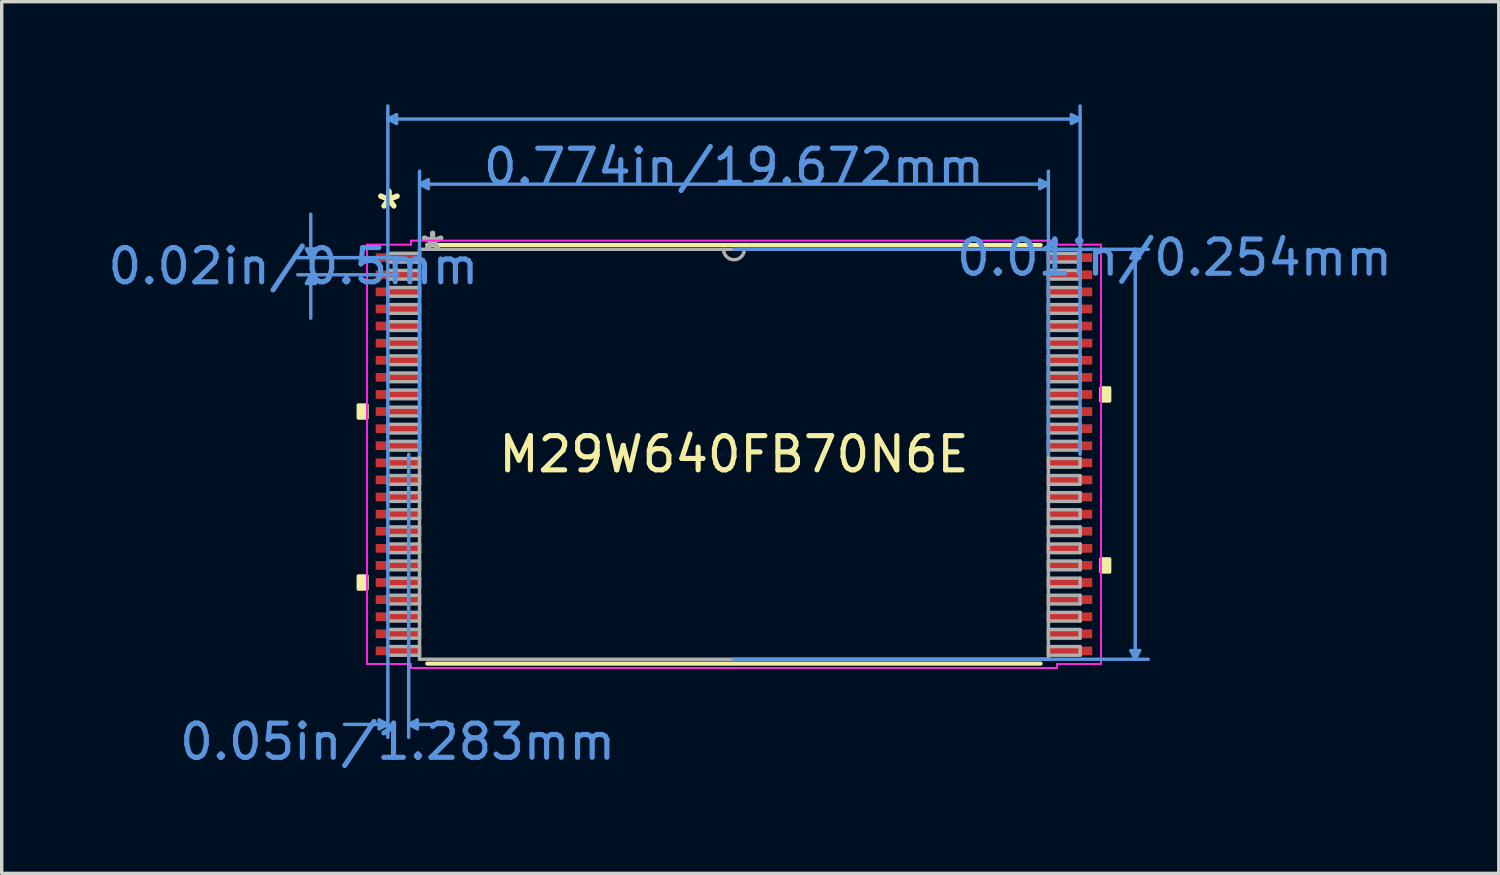
<source format=kicad_pcb>
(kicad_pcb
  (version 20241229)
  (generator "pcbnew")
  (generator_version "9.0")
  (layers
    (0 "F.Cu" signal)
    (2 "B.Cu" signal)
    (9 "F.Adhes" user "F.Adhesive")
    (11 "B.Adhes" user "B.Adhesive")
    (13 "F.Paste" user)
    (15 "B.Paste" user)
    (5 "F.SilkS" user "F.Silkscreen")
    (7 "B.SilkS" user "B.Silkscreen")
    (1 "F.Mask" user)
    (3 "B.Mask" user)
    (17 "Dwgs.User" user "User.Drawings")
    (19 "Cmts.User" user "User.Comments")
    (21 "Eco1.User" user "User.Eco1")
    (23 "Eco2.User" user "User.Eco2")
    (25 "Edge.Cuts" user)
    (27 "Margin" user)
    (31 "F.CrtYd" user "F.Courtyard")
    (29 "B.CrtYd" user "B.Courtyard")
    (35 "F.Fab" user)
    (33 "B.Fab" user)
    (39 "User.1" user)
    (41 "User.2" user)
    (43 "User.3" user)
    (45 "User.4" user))
  (footprint "M29W640FB70N6E"
    (layer "F.Cu")
    (at 18.414 10.235)
    (property "Reference" "M29W640FB70N6E" (at 0 0 0) (layer "F.SilkS") (effects (font (size 1 1) (thickness 0.15))))
    (attr through_hole)
    (fp_line (start -8.969 6.121) (end 8.969 6.121) (stroke (width 0.12) (type solid)) (layer "F.SilkS"))
    (fp_line (start 8.969 -6.121) (end -8.969 -6.121) (stroke (width 0.12) (type solid)) (layer "F.SilkS"))
    (fp_poly (pts (xy -10.986 -1.44) (xy -10.986 -1.06) (xy -10.732 -1.06) (xy -10.732 -1.44)) (stroke (width 0.1) (type solid)) (fill yes) (layer "F.SilkS"))
    (fp_poly (pts (xy -10.986 3.559) (xy -10.986 3.941) (xy -10.732 3.941) (xy -10.732 3.559)) (stroke (width 0.1) (type solid)) (fill yes) (layer "F.SilkS"))
    (fp_poly (pts (xy 10.986 -1.941) (xy 10.986 -1.56) (xy 10.732 -1.56) (xy 10.732 -1.941)) (stroke (width 0.1) (type solid)) (fill yes) (layer "F.SilkS"))
    (fp_poly (pts (xy 10.986 3.06) (xy 10.986 3.441) (xy 10.732 3.441) (xy 10.732 3.06)) (stroke (width 0.1) (type solid)) (fill yes) (layer "F.SilkS"))
    (fp_line (start -12.503 -6.004) (end -12.249 -6.004) (stroke (width 0.1) (type solid)) (layer "Cmts.User"))
    (fp_line (start -12.503 -4.996) (end -12.249 -4.996) (stroke (width 0.1) (type solid)) (layer "Cmts.User"))
    (fp_line (start -12.376 -5.75) (end -12.503 -6.004) (stroke (width 0.1) (type solid)) (layer "Cmts.User"))
    (fp_line (start -12.376 -5.75) (end -12.376 -7.02) (stroke (width 0.1) (type solid)) (layer "Cmts.User"))
    (fp_line (start -12.376 -5.75) (end -12.249 -6.004) (stroke (width 0.1) (type solid)) (layer "Cmts.User"))
    (fp_line (start -12.376 -5.25) (end -12.503 -4.996) (stroke (width 0.1) (type solid)) (layer "Cmts.User"))
    (fp_line (start -12.376 -5.25) (end -12.376 -3.98) (stroke (width 0.1) (type solid)) (layer "Cmts.User"))
    (fp_line (start -12.376 -5.25) (end -12.249 -4.996) (stroke (width 0.1) (type solid)) (layer "Cmts.User"))
    (fp_line (start -10.376 7.772) (end -10.376 8.026) (stroke (width 0.1) (type solid)) (layer "Cmts.User"))
    (fp_line (start -10.122 -9.804) (end -9.868 -9.931) (stroke (width 0.1) (type solid)) (layer "Cmts.User"))
    (fp_line (start -10.122 -9.804) (end -9.868 -9.677) (stroke (width 0.1) (type solid)) (layer "Cmts.User"))
    (fp_line (start -10.122 -9.804) (end 10.122 -9.804) (stroke (width 0.1) (type solid)) (layer "Cmts.User"))
    (fp_line (start -10.122 0) (end -10.122 -10.185) (stroke (width 0.1) (type solid)) (layer "Cmts.User"))
    (fp_line (start -10.122 0) (end -10.122 8.28) (stroke (width 0.1) (type solid)) (layer "Cmts.User"))
    (fp_line (start -10.122 7.899) (end -11.392 7.899) (stroke (width 0.1) (type solid)) (layer "Cmts.User"))
    (fp_line (start -10.122 7.899) (end -10.376 7.772) (stroke (width 0.1) (type solid)) (layer "Cmts.User"))
    (fp_line (start -10.122 7.899) (end -10.376 8.026) (stroke (width 0.1) (type solid)) (layer "Cmts.User"))
    (fp_line (start -9.868 -9.931) (end -9.868 -9.677) (stroke (width 0.1) (type solid)) (layer "Cmts.User"))
    (fp_line (start -9.836 -5.75) (end -12.757 -5.75) (stroke (width 0.1) (type solid)) (layer "Cmts.User"))
    (fp_line (start -9.836 -5.25) (end -12.757 -5.25) (stroke (width 0.1) (type solid)) (layer "Cmts.User"))
    (fp_line (start -9.512 0) (end -9.512 8.28) (stroke (width 0.1) (type solid)) (layer "Cmts.User"))
    (fp_line (start -9.512 7.899) (end -9.258 7.772) (stroke (width 0.1) (type solid)) (layer "Cmts.User"))
    (fp_line (start -9.512 7.899) (end -9.258 8.026) (stroke (width 0.1) (type solid)) (layer "Cmts.User"))
    (fp_line (start -9.512 7.899) (end -8.242 7.899) (stroke (width 0.1) (type solid)) (layer "Cmts.User"))
    (fp_line (start -9.258 7.772) (end -9.258 8.026) (stroke (width 0.1) (type solid)) (layer "Cmts.User"))
    (fp_line (start -9.195 -7.899) (end -8.941 -8.026) (stroke (width 0.1) (type solid)) (layer "Cmts.User"))
    (fp_line (start -9.195 -7.899) (end -8.941 -7.772) (stroke (width 0.1) (type solid)) (layer "Cmts.User"))
    (fp_line (start -9.195 -7.899) (end 9.195 -7.899) (stroke (width 0.1) (type solid)) (layer "Cmts.User"))
    (fp_line (start -9.195 0) (end -9.195 -8.28) (stroke (width 0.1) (type solid)) (layer "Cmts.User"))
    (fp_line (start -8.941 -8.026) (end -8.941 -7.772) (stroke (width 0.1) (type solid)) (layer "Cmts.User"))
    (fp_line (start 0 -5.994) (end 12.116 -5.994) (stroke (width 0.1) (type solid)) (layer "Cmts.User"))
    (fp_line (start 0 5.994) (end 12.116 5.994) (stroke (width 0.1) (type solid)) (layer "Cmts.User"))
    (fp_line (start 8.941 -8.026) (end 8.941 -7.772) (stroke (width 0.1) (type solid)) (layer "Cmts.User"))
    (fp_line (start 9.195 -7.899) (end 8.941 -8.026) (stroke (width 0.1) (type solid)) (layer "Cmts.User"))
    (fp_line (start 9.195 -7.899) (end 8.941 -7.772) (stroke (width 0.1) (type solid)) (layer "Cmts.User"))
    (fp_line (start 9.195 0) (end 9.195 -8.28) (stroke (width 0.1) (type solid)) (layer "Cmts.User"))
    (fp_line (start 9.868 -9.931) (end 9.868 -9.677) (stroke (width 0.1) (type solid)) (layer "Cmts.User"))
    (fp_line (start 10.122 -9.804) (end 9.868 -9.931) (stroke (width 0.1) (type solid)) (layer "Cmts.User"))
    (fp_line (start 10.122 -9.804) (end 9.868 -9.677) (stroke (width 0.1) (type solid)) (layer "Cmts.User"))
    (fp_line (start 10.122 0) (end 10.122 -10.185) (stroke (width 0.1) (type solid)) (layer "Cmts.User"))
    (fp_line (start 11.608 -5.74) (end 11.862 -5.74) (stroke (width 0.1) (type solid)) (layer "Cmts.User"))
    (fp_line (start 11.608 5.74) (end 11.862 5.74) (stroke (width 0.1) (type solid)) (layer "Cmts.User"))
    (fp_line (start 11.735 -5.994) (end 11.608 -5.74) (stroke (width 0.1) (type solid)) (layer "Cmts.User"))
    (fp_line (start 11.735 -5.994) (end 11.735 5.994) (stroke (width 0.1) (type solid)) (layer "Cmts.User"))
    (fp_line (start 11.735 -5.994) (end 11.862 -5.74) (stroke (width 0.1) (type solid)) (layer "Cmts.User"))
    (fp_line (start 11.735 5.994) (end 11.608 5.74) (stroke (width 0.1) (type solid)) (layer "Cmts.User"))
    (fp_line (start 11.735 5.994) (end 11.862 5.74) (stroke (width 0.1) (type solid)) (layer "Cmts.User"))
    (fp_line (start -10.732 -6.131) (end -9.449 -6.131) (stroke (width 0.05) (type solid)) (layer "F.CrtYd"))
    (fp_line (start -10.732 -6.131) (end -9.449 -6.131) (stroke (width 0.05) (type solid)) (layer "F.CrtYd"))
    (fp_line (start -10.732 6.131) (end -10.732 -6.131) (stroke (width 0.05) (type solid)) (layer "F.CrtYd"))
    (fp_line (start -10.732 6.131) (end -10.732 -6.131) (stroke (width 0.05) (type solid)) (layer "F.CrtYd"))
    (fp_line (start -10.732 6.131) (end -9.449 6.131) (stroke (width 0.05) (type solid)) (layer "F.CrtYd"))
    (fp_line (start -9.449 -6.248) (end 9.449 -6.248) (stroke (width 0.05) (type solid)) (layer "F.CrtYd"))
    (fp_line (start -9.449 -6.248) (end 9.449 -6.248) (stroke (width 0.05) (type solid)) (layer "F.CrtYd"))
    (fp_line (start -9.449 -6.131) (end -9.449 -6.248) (stroke (width 0.05) (type solid)) (layer "F.CrtYd"))
    (fp_line (start -9.449 -6.131) (end -9.449 -6.248) (stroke (width 0.05) (type solid)) (layer "F.CrtYd"))
    (fp_line (start -9.449 6.131) (end -10.732 6.131) (stroke (width 0.05) (type solid)) (layer "F.CrtYd"))
    (fp_line (start -9.449 6.248) (end -9.449 6.131) (stroke (width 0.05) (type solid)) (layer "F.CrtYd"))
    (fp_line (start -9.449 6.248) (end -9.449 6.131) (stroke (width 0.05) (type solid)) (layer "F.CrtYd"))
    (fp_line (start 9.449 -6.248) (end 9.449 -6.131) (stroke (width 0.05) (type solid)) (layer "F.CrtYd"))
    (fp_line (start 9.449 -6.248) (end 9.449 -6.131) (stroke (width 0.05) (type solid)) (layer "F.CrtYd"))
    (fp_line (start 9.449 -6.131) (end 10.732 -6.131) (stroke (width 0.05) (type solid)) (layer "F.CrtYd"))
    (fp_line (start 9.449 6.131) (end 9.449 6.248) (stroke (width 0.05) (type solid)) (layer "F.CrtYd"))
    (fp_line (start 9.449 6.131) (end 9.449 6.248) (stroke (width 0.05) (type solid)) (layer "F.CrtYd"))
    (fp_line (start 9.449 6.248) (end -9.449 6.248) (stroke (width 0.05) (type solid)) (layer "F.CrtYd"))
    (fp_line (start 9.449 6.248) (end -9.449 6.248) (stroke (width 0.05) (type solid)) (layer "F.CrtYd"))
    (fp_line (start 10.732 -6.131) (end 9.449 -6.131) (stroke (width 0.05) (type solid)) (layer "F.CrtYd"))
    (fp_line (start 10.732 -6.131) (end 10.732 6.131) (stroke (width 0.05) (type solid)) (layer "F.CrtYd"))
    (fp_line (start 10.732 -6.131) (end 10.732 6.131) (stroke (width 0.05) (type solid)) (layer "F.CrtYd"))
    (fp_line (start 10.732 6.131) (end 9.449 6.131) (stroke (width 0.05) (type solid)) (layer "F.CrtYd"))
    (fp_line (start 10.732 6.131) (end 9.449 6.131) (stroke (width 0.05) (type solid)) (layer "F.CrtYd"))
    (fp_line (start -10.122 -5.877) (end -10.122 -5.623) (stroke (width 0.1) (type solid)) (layer "F.Fab"))
    (fp_line (start -10.122 -5.623) (end -9.195 -5.623) (stroke (width 0.1) (type solid)) (layer "F.Fab"))
    (fp_line (start -10.122 -5.377) (end -10.122 -5.123) (stroke (width 0.1) (type solid)) (layer "F.Fab"))
    (fp_line (start -10.122 -5.123) (end -9.195 -5.123) (stroke (width 0.1) (type solid)) (layer "F.Fab"))
    (fp_line (start -10.122 -4.877) (end -10.122 -4.623) (stroke (width 0.1) (type solid)) (layer "F.Fab"))
    (fp_line (start -10.122 -4.623) (end -9.195 -4.623) (stroke (width 0.1) (type solid)) (layer "F.Fab"))
    (fp_line (start -10.122 -4.377) (end -10.122 -4.123) (stroke (width 0.1) (type solid)) (layer "F.Fab"))
    (fp_line (start -10.122 -4.123) (end -9.195 -4.123) (stroke (width 0.1) (type solid)) (layer "F.Fab"))
    (fp_line (start -10.122 -3.877) (end -10.122 -3.623) (stroke (width 0.1) (type solid)) (layer "F.Fab"))
    (fp_line (start -10.122 -3.623) (end -9.195 -3.623) (stroke (width 0.1) (type solid)) (layer "F.Fab"))
    (fp_line (start -10.122 -3.377) (end -10.122 -3.123) (stroke (width 0.1) (type solid)) (layer "F.Fab"))
    (fp_line (start -10.122 -3.123) (end -9.195 -3.123) (stroke (width 0.1) (type solid)) (layer "F.Fab"))
    (fp_line (start -10.122 -2.877) (end -10.122 -2.623) (stroke (width 0.1) (type solid)) (layer "F.Fab"))
    (fp_line (start -10.122 -2.623) (end -9.195 -2.623) (stroke (width 0.1) (type solid)) (layer "F.Fab"))
    (fp_line (start -10.122 -2.377) (end -10.122 -2.123) (stroke (width 0.1) (type solid)) (layer "F.Fab"))
    (fp_line (start -10.122 -2.123) (end -9.195 -2.123) (stroke (width 0.1) (type solid)) (layer "F.Fab"))
    (fp_line (start -10.122 -1.877) (end -10.122 -1.623) (stroke (width 0.1) (type solid)) (layer "F.Fab"))
    (fp_line (start -10.122 -1.623) (end -9.195 -1.623) (stroke (width 0.1) (type solid)) (layer "F.Fab"))
    (fp_line (start -10.122 -1.377) (end -10.122 -1.123) (stroke (width 0.1) (type solid)) (layer "F.Fab"))
    (fp_line (start -10.122 -1.123) (end -9.195 -1.123) (stroke (width 0.1) (type solid)) (layer "F.Fab"))
    (fp_line (start -10.122 -0.877) (end -10.122 -0.623) (stroke (width 0.1) (type solid)) (layer "F.Fab"))
    (fp_line (start -10.122 -0.623) (end -9.195 -0.623) (stroke (width 0.1) (type solid)) (layer "F.Fab"))
    (fp_line (start -10.122 -0.377) (end -10.122 -0.123) (stroke (width 0.1) (type solid)) (layer "F.Fab"))
    (fp_line (start -10.122 -0.123) (end -9.195 -0.123) (stroke (width 0.1) (type solid)) (layer "F.Fab"))
    (fp_line (start -10.122 0.123) (end -10.122 0.377) (stroke (width 0.1) (type solid)) (layer "F.Fab"))
    (fp_line (start -10.122 0.377) (end -9.195 0.377) (stroke (width 0.1) (type solid)) (layer "F.Fab"))
    (fp_line (start -10.122 0.623) (end -10.122 0.877) (stroke (width 0.1) (type solid)) (layer "F.Fab"))
    (fp_line (start -10.122 0.877) (end -9.195 0.877) (stroke (width 0.1) (type solid)) (layer "F.Fab"))
    (fp_line (start -10.122 1.123) (end -10.122 1.377) (stroke (width 0.1) (type solid)) (layer "F.Fab"))
    (fp_line (start -10.122 1.377) (end -9.195 1.377) (stroke (width 0.1) (type solid)) (layer "F.Fab"))
    (fp_line (start -10.122 1.623) (end -10.122 1.877) (stroke (width 0.1) (type solid)) (layer "F.Fab"))
    (fp_line (start -10.122 1.877) (end -9.195 1.877) (stroke (width 0.1) (type solid)) (layer "F.Fab"))
    (fp_line (start -10.122 2.123) (end -10.122 2.377) (stroke (width 0.1) (type solid)) (layer "F.Fab"))
    (fp_line (start -10.122 2.377) (end -9.195 2.377) (stroke (width 0.1) (type solid)) (layer "F.Fab"))
    (fp_line (start -10.122 2.623) (end -10.122 2.877) (stroke (width 0.1) (type solid)) (layer "F.Fab"))
    (fp_line (start -10.122 2.877) (end -9.195 2.877) (stroke (width 0.1) (type solid)) (layer "F.Fab"))
    (fp_line (start -10.122 3.123) (end -10.122 3.377) (stroke (width 0.1) (type solid)) (layer "F.Fab"))
    (fp_line (start -10.122 3.377) (end -9.195 3.377) (stroke (width 0.1) (type solid)) (layer "F.Fab"))
    (fp_line (start -10.122 3.623) (end -10.122 3.877) (stroke (width 0.1) (type solid)) (layer "F.Fab"))
    (fp_line (start -10.122 3.877) (end -9.195 3.877) (stroke (width 0.1) (type solid)) (layer "F.Fab"))
    (fp_line (start -10.122 4.123) (end -10.122 4.377) (stroke (width 0.1) (type solid)) (layer "F.Fab"))
    (fp_line (start -10.122 4.377) (end -9.195 4.377) (stroke (width 0.1) (type solid)) (layer "F.Fab"))
    (fp_line (start -10.122 4.623) (end -10.122 4.877) (stroke (width 0.1) (type solid)) (layer "F.Fab"))
    (fp_line (start -10.122 4.877) (end -9.195 4.877) (stroke (width 0.1) (type solid)) (layer "F.Fab"))
    (fp_line (start -10.122 5.123) (end -10.122 5.377) (stroke (width 0.1) (type solid)) (layer "F.Fab"))
    (fp_line (start -10.122 5.377) (end -9.195 5.377) (stroke (width 0.1) (type solid)) (layer "F.Fab"))
    (fp_line (start -10.122 5.623) (end -10.122 5.877) (stroke (width 0.1) (type solid)) (layer "F.Fab"))
    (fp_line (start -10.122 5.877) (end -9.195 5.877) (stroke (width 0.1) (type solid)) (layer "F.Fab"))
    (fp_line (start -9.195 -5.994) (end -9.195 5.994) (stroke (width 0.1) (type solid)) (layer "F.Fab"))
    (fp_line (start -9.195 -5.877) (end -10.122 -5.877) (stroke (width 0.1) (type solid)) (layer "F.Fab"))
    (fp_line (start -9.195 -5.623) (end -9.195 -5.877) (stroke (width 0.1) (type solid)) (layer "F.Fab"))
    (fp_line (start -9.195 -5.377) (end -10.122 -5.377) (stroke (width 0.1) (type solid)) (layer "F.Fab"))
    (fp_line (start -9.195 -5.123) (end -9.195 -5.377) (stroke (width 0.1) (type solid)) (layer "F.Fab"))
    (fp_line (start -9.195 -4.877) (end -10.122 -4.877) (stroke (width 0.1) (type solid)) (layer "F.Fab"))
    (fp_line (start -9.195 -4.623) (end -9.195 -4.877) (stroke (width 0.1) (type solid)) (layer "F.Fab"))
    (fp_line (start -9.195 -4.377) (end -10.122 -4.377) (stroke (width 0.1) (type solid)) (layer "F.Fab"))
    (fp_line (start -9.195 -4.123) (end -9.195 -4.377) (stroke (width 0.1) (type solid)) (layer "F.Fab"))
    (fp_line (start -9.195 -3.877) (end -10.122 -3.877) (stroke (width 0.1) (type solid)) (layer "F.Fab"))
    (fp_line (start -9.195 -3.623) (end -9.195 -3.877) (stroke (width 0.1) (type solid)) (layer "F.Fab"))
    (fp_line (start -9.195 -3.377) (end -10.122 -3.377) (stroke (width 0.1) (type solid)) (layer "F.Fab"))
    (fp_line (start -9.195 -3.123) (end -9.195 -3.377) (stroke (width 0.1) (type solid)) (layer "F.Fab"))
    (fp_line (start -9.195 -2.877) (end -10.122 -2.877) (stroke (width 0.1) (type solid)) (layer "F.Fab"))
    (fp_line (start -9.195 -2.623) (end -9.195 -2.877) (stroke (width 0.1) (type solid)) (layer "F.Fab"))
    (fp_line (start -9.195 -2.377) (end -10.122 -2.377) (stroke (width 0.1) (type solid)) (layer "F.Fab"))
    (fp_line (start -9.195 -2.123) (end -9.195 -2.377) (stroke (width 0.1) (type solid)) (layer "F.Fab"))
    (fp_line (start -9.195 -1.877) (end -10.122 -1.877) (stroke (width 0.1) (type solid)) (layer "F.Fab"))
    (fp_line (start -9.195 -1.623) (end -9.195 -1.877) (stroke (width 0.1) (type solid)) (layer "F.Fab"))
    (fp_line (start -9.195 -1.377) (end -10.122 -1.377) (stroke (width 0.1) (type solid)) (layer "F.Fab"))
    (fp_line (start -9.195 -1.123) (end -9.195 -1.377) (stroke (width 0.1) (type solid)) (layer "F.Fab"))
    (fp_line (start -9.195 -0.877) (end -10.122 -0.877) (stroke (width 0.1) (type solid)) (layer "F.Fab"))
    (fp_line (start -9.195 -0.623) (end -9.195 -0.877) (stroke (width 0.1) (type solid)) (layer "F.Fab"))
    (fp_line (start -9.195 -0.377) (end -10.122 -0.377) (stroke (width 0.1) (type solid)) (layer "F.Fab"))
    (fp_line (start -9.195 -0.123) (end -9.195 -0.377) (stroke (width 0.1) (type solid)) (layer "F.Fab"))
    (fp_line (start -9.195 0.123) (end -10.122 0.123) (stroke (width 0.1) (type solid)) (layer "F.Fab"))
    (fp_line (start -9.195 0.377) (end -9.195 0.123) (stroke (width 0.1) (type solid)) (layer "F.Fab"))
    (fp_line (start -9.195 0.623) (end -10.122 0.623) (stroke (width 0.1) (type solid)) (layer "F.Fab"))
    (fp_line (start -9.195 0.877) (end -9.195 0.623) (stroke (width 0.1) (type solid)) (layer "F.Fab"))
    (fp_line (start -9.195 1.123) (end -10.122 1.123) (stroke (width 0.1) (type solid)) (layer "F.Fab"))
    (fp_line (start -9.195 1.377) (end -9.195 1.123) (stroke (width 0.1) (type solid)) (layer "F.Fab"))
    (fp_line (start -9.195 1.623) (end -10.122 1.623) (stroke (width 0.1) (type solid)) (layer "F.Fab"))
    (fp_line (start -9.195 1.877) (end -9.195 1.623) (stroke (width 0.1) (type solid)) (layer "F.Fab"))
    (fp_line (start -9.195 2.123) (end -10.122 2.123) (stroke (width 0.1) (type solid)) (layer "F.Fab"))
    (fp_line (start -9.195 2.377) (end -9.195 2.123) (stroke (width 0.1) (type solid)) (layer "F.Fab"))
    (fp_line (start -9.195 2.623) (end -10.122 2.623) (stroke (width 0.1) (type solid)) (layer "F.Fab"))
    (fp_line (start -9.195 2.877) (end -9.195 2.623) (stroke (width 0.1) (type solid)) (layer "F.Fab"))
    (fp_line (start -9.195 3.123) (end -10.122 3.123) (stroke (width 0.1) (type solid)) (layer "F.Fab"))
    (fp_line (start -9.195 3.377) (end -9.195 3.123) (stroke (width 0.1) (type solid)) (layer "F.Fab"))
    (fp_line (start -9.195 3.623) (end -10.122 3.623) (stroke (width 0.1) (type solid)) (layer "F.Fab"))
    (fp_line (start -9.195 3.877) (end -9.195 3.623) (stroke (width 0.1) (type solid)) (layer "F.Fab"))
    (fp_line (start -9.195 4.123) (end -10.122 4.123) (stroke (width 0.1) (type solid)) (layer "F.Fab"))
    (fp_line (start -9.195 4.377) (end -9.195 4.123) (stroke (width 0.1) (type solid)) (layer "F.Fab"))
    (fp_line (start -9.195 4.623) (end -10.122 4.623) (stroke (width 0.1) (type solid)) (layer "F.Fab"))
    (fp_line (start -9.195 4.877) (end -9.195 4.623) (stroke (width 0.1) (type solid)) (layer "F.Fab"))
    (fp_line (start -9.195 5.123) (end -10.122 5.123) (stroke (width 0.1) (type solid)) (layer "F.Fab"))
    (fp_line (start -9.195 5.377) (end -9.195 5.123) (stroke (width 0.1) (type solid)) (layer "F.Fab"))
    (fp_line (start -9.195 5.623) (end -10.122 5.623) (stroke (width 0.1) (type solid)) (layer "F.Fab"))
    (fp_line (start -9.195 5.877) (end -9.195 5.623) (stroke (width 0.1) (type solid)) (layer "F.Fab"))
    (fp_line (start -9.195 5.994) (end 9.195 5.994) (stroke (width 0.1) (type solid)) (layer "F.Fab"))
    (fp_line (start 9.195 -5.994) (end -9.195 -5.994) (stroke (width 0.1) (type solid)) (layer "F.Fab"))
    (fp_line (start 9.195 -5.877) (end 9.195 -5.623) (stroke (width 0.1) (type solid)) (layer "F.Fab"))
    (fp_line (start 9.195 -5.623) (end 10.122 -5.623) (stroke (width 0.1) (type solid)) (layer "F.Fab"))
    (fp_line (start 9.195 -5.377) (end 9.195 -5.123) (stroke (width 0.1) (type solid)) (layer "F.Fab"))
    (fp_line (start 9.195 -5.123) (end 10.122 -5.123) (stroke (width 0.1) (type solid)) (layer "F.Fab"))
    (fp_line (start 9.195 -4.877) (end 9.195 -4.623) (stroke (width 0.1) (type solid)) (layer "F.Fab"))
    (fp_line (start 9.195 -4.623) (end 10.122 -4.623) (stroke (width 0.1) (type solid)) (layer "F.Fab"))
    (fp_line (start 9.195 -4.377) (end 9.195 -4.123) (stroke (width 0.1) (type solid)) (layer "F.Fab"))
    (fp_line (start 9.195 -4.123) (end 10.122 -4.123) (stroke (width 0.1) (type solid)) (layer "F.Fab"))
    (fp_line (start 9.195 -3.877) (end 9.195 -3.623) (stroke (width 0.1) (type solid)) (layer "F.Fab"))
    (fp_line (start 9.195 -3.623) (end 10.122 -3.623) (stroke (width 0.1) (type solid)) (layer "F.Fab"))
    (fp_line (start 9.195 -3.377) (end 9.195 -3.123) (stroke (width 0.1) (type solid)) (layer "F.Fab"))
    (fp_line (start 9.195 -3.123) (end 10.122 -3.123) (stroke (width 0.1) (type solid)) (layer "F.Fab"))
    (fp_line (start 9.195 -2.877) (end 9.195 -2.623) (stroke (width 0.1) (type solid)) (layer "F.Fab"))
    (fp_line (start 9.195 -2.623) (end 10.122 -2.623) (stroke (width 0.1) (type solid)) (layer "F.Fab"))
    (fp_line (start 9.195 -2.377) (end 9.195 -2.123) (stroke (width 0.1) (type solid)) (layer "F.Fab"))
    (fp_line (start 9.195 -2.123) (end 10.122 -2.123) (stroke (width 0.1) (type solid)) (layer "F.Fab"))
    (fp_line (start 9.195 -1.877) (end 9.195 -1.623) (stroke (width 0.1) (type solid)) (layer "F.Fab"))
    (fp_line (start 9.195 -1.623) (end 10.122 -1.623) (stroke (width 0.1) (type solid)) (layer "F.Fab"))
    (fp_line (start 9.195 -1.377) (end 9.195 -1.123) (stroke (width 0.1) (type solid)) (layer "F.Fab"))
    (fp_line (start 9.195 -1.123) (end 10.122 -1.123) (stroke (width 0.1) (type solid)) (layer "F.Fab"))
    (fp_line (start 9.195 -0.877) (end 9.195 -0.623) (stroke (width 0.1) (type solid)) (layer "F.Fab"))
    (fp_line (start 9.195 -0.623) (end 10.122 -0.623) (stroke (width 0.1) (type solid)) (layer "F.Fab"))
    (fp_line (start 9.195 -0.377) (end 9.195 -0.123) (stroke (width 0.1) (type solid)) (layer "F.Fab"))
    (fp_line (start 9.195 -0.123) (end 10.122 -0.123) (stroke (width 0.1) (type solid)) (layer "F.Fab"))
    (fp_line (start 9.195 0.123) (end 9.195 0.377) (stroke (width 0.1) (type solid)) (layer "F.Fab"))
    (fp_line (start 9.195 0.377) (end 10.122 0.377) (stroke (width 0.1) (type solid)) (layer "F.Fab"))
    (fp_line (start 9.195 0.623) (end 9.195 0.877) (stroke (width 0.1) (type solid)) (layer "F.Fab"))
    (fp_line (start 9.195 0.877) (end 10.122 0.877) (stroke (width 0.1) (type solid)) (layer "F.Fab"))
    (fp_line (start 9.195 1.123) (end 9.195 1.377) (stroke (width 0.1) (type solid)) (layer "F.Fab"))
    (fp_line (start 9.195 1.377) (end 10.122 1.377) (stroke (width 0.1) (type solid)) (layer "F.Fab"))
    (fp_line (start 9.195 1.623) (end 9.195 1.877) (stroke (width 0.1) (type solid)) (layer "F.Fab"))
    (fp_line (start 9.195 1.877) (end 10.122 1.877) (stroke (width 0.1) (type solid)) (layer "F.Fab"))
    (fp_line (start 9.195 2.123) (end 9.195 2.377) (stroke (width 0.1) (type solid)) (layer "F.Fab"))
    (fp_line (start 9.195 2.377) (end 10.122 2.377) (stroke (width 0.1) (type solid)) (layer "F.Fab"))
    (fp_line (start 9.195 2.623) (end 9.195 2.877) (stroke (width 0.1) (type solid)) (layer "F.Fab"))
    (fp_line (start 9.195 2.877) (end 10.122 2.877) (stroke (width 0.1) (type solid)) (layer "F.Fab"))
    (fp_line (start 9.195 3.123) (end 9.195 3.377) (stroke (width 0.1) (type solid)) (layer "F.Fab"))
    (fp_line (start 9.195 3.377) (end 10.122 3.377) (stroke (width 0.1) (type solid)) (layer "F.Fab"))
    (fp_line (start 9.195 3.623) (end 9.195 3.877) (stroke (width 0.1) (type solid)) (layer "F.Fab"))
    (fp_line (start 9.195 3.877) (end 10.122 3.877) (stroke (width 0.1) (type solid)) (layer "F.Fab"))
    (fp_line (start 9.195 4.123) (end 9.195 4.377) (stroke (width 0.1) (type solid)) (layer "F.Fab"))
    (fp_line (start 9.195 4.377) (end 10.122 4.377) (stroke (width 0.1) (type solid)) (layer "F.Fab"))
    (fp_line (start 9.195 4.623) (end 9.195 4.877) (stroke (width 0.1) (type solid)) (layer "F.Fab"))
    (fp_line (start 9.195 4.877) (end 10.122 4.877) (stroke (width 0.1) (type solid)) (layer "F.Fab"))
    (fp_line (start 9.195 5.123) (end 9.195 5.377) (stroke (width 0.1) (type solid)) (layer "F.Fab"))
    (fp_line (start 9.195 5.377) (end 10.122 5.377) (stroke (width 0.1) (type solid)) (layer "F.Fab"))
    (fp_line (start 9.195 5.623) (end 9.195 5.877) (stroke (width 0.1) (type solid)) (layer "F.Fab"))
    (fp_line (start 9.195 5.877) (end 10.122 5.877) (stroke (width 0.1) (type solid)) (layer "F.Fab"))
    (fp_line (start 9.195 5.994) (end 9.195 -5.994) (stroke (width 0.1) (type solid)) (layer "F.Fab"))
    (fp_line (start 10.122 -5.877) (end 9.195 -5.877) (stroke (width 0.1) (type solid)) (layer "F.Fab"))
    (fp_line (start 10.122 -5.623) (end 10.122 -5.877) (stroke (width 0.1) (type solid)) (layer "F.Fab"))
    (fp_line (start 10.122 -5.377) (end 9.195 -5.377) (stroke (width 0.1) (type solid)) (layer "F.Fab"))
    (fp_line (start 10.122 -5.123) (end 10.122 -5.377) (stroke (width 0.1) (type solid)) (layer "F.Fab"))
    (fp_line (start 10.122 -4.877) (end 9.195 -4.877) (stroke (width 0.1) (type solid)) (layer "F.Fab"))
    (fp_line (start 10.122 -4.623) (end 10.122 -4.877) (stroke (width 0.1) (type solid)) (layer "F.Fab"))
    (fp_line (start 10.122 -4.377) (end 9.195 -4.377) (stroke (width 0.1) (type solid)) (layer "F.Fab"))
    (fp_line (start 10.122 -4.123) (end 10.122 -4.377) (stroke (width 0.1) (type solid)) (layer "F.Fab"))
    (fp_line (start 10.122 -3.877) (end 9.195 -3.877) (stroke (width 0.1) (type solid)) (layer "F.Fab"))
    (fp_line (start 10.122 -3.623) (end 10.122 -3.877) (stroke (width 0.1) (type solid)) (layer "F.Fab"))
    (fp_line (start 10.122 -3.377) (end 9.195 -3.377) (stroke (width 0.1) (type solid)) (layer "F.Fab"))
    (fp_line (start 10.122 -3.123) (end 10.122 -3.377) (stroke (width 0.1) (type solid)) (layer "F.Fab"))
    (fp_line (start 10.122 -2.877) (end 9.195 -2.877) (stroke (width 0.1) (type solid)) (layer "F.Fab"))
    (fp_line (start 10.122 -2.623) (end 10.122 -2.877) (stroke (width 0.1) (type solid)) (layer "F.Fab"))
    (fp_line (start 10.122 -2.377) (end 9.195 -2.377) (stroke (width 0.1) (type solid)) (layer "F.Fab"))
    (fp_line (start 10.122 -2.123) (end 10.122 -2.377) (stroke (width 0.1) (type solid)) (layer "F.Fab"))
    (fp_line (start 10.122 -1.877) (end 9.195 -1.877) (stroke (width 0.1) (type solid)) (layer "F.Fab"))
    (fp_line (start 10.122 -1.623) (end 10.122 -1.877) (stroke (width 0.1) (type solid)) (layer "F.Fab"))
    (fp_line (start 10.122 -1.377) (end 9.195 -1.377) (stroke (width 0.1) (type solid)) (layer "F.Fab"))
    (fp_line (start 10.122 -1.123) (end 10.122 -1.377) (stroke (width 0.1) (type solid)) (layer "F.Fab"))
    (fp_line (start 10.122 -0.877) (end 9.195 -0.877) (stroke (width 0.1) (type solid)) (layer "F.Fab"))
    (fp_line (start 10.122 -0.623) (end 10.122 -0.877) (stroke (width 0.1) (type solid)) (layer "F.Fab"))
    (fp_line (start 10.122 -0.377) (end 9.195 -0.377) (stroke (width 0.1) (type solid)) (layer "F.Fab"))
    (fp_line (start 10.122 -0.123) (end 10.122 -0.377) (stroke (width 0.1) (type solid)) (layer "F.Fab"))
    (fp_line (start 10.122 0.123) (end 9.195 0.123) (stroke (width 0.1) (type solid)) (layer "F.Fab"))
    (fp_line (start 10.122 0.377) (end 10.122 0.123) (stroke (width 0.1) (type solid)) (layer "F.Fab"))
    (fp_line (start 10.122 0.623) (end 9.195 0.623) (stroke (width 0.1) (type solid)) (layer "F.Fab"))
    (fp_line (start 10.122 0.877) (end 10.122 0.623) (stroke (width 0.1) (type solid)) (layer "F.Fab"))
    (fp_line (start 10.122 1.123) (end 9.195 1.123) (stroke (width 0.1) (type solid)) (layer "F.Fab"))
    (fp_line (start 10.122 1.377) (end 10.122 1.123) (stroke (width 0.1) (type solid)) (layer "F.Fab"))
    (fp_line (start 10.122 1.623) (end 9.195 1.623) (stroke (width 0.1) (type solid)) (layer "F.Fab"))
    (fp_line (start 10.122 1.877) (end 10.122 1.623) (stroke (width 0.1) (type solid)) (layer "F.Fab"))
    (fp_line (start 10.122 2.123) (end 9.195 2.123) (stroke (width 0.1) (type solid)) (layer "F.Fab"))
    (fp_line (start 10.122 2.377) (end 10.122 2.123) (stroke (width 0.1) (type solid)) (layer "F.Fab"))
    (fp_line (start 10.122 2.623) (end 9.195 2.623) (stroke (width 0.1) (type solid)) (layer "F.Fab"))
    (fp_line (start 10.122 2.877) (end 10.122 2.623) (stroke (width 0.1) (type solid)) (layer "F.Fab"))
    (fp_line (start 10.122 3.123) (end 9.195 3.123) (stroke (width 0.1) (type solid)) (layer "F.Fab"))
    (fp_line (start 10.122 3.377) (end 10.122 3.123) (stroke (width 0.1) (type solid)) (layer "F.Fab"))
    (fp_line (start 10.122 3.623) (end 9.195 3.623) (stroke (width 0.1) (type solid)) (layer "F.Fab"))
    (fp_line (start 10.122 3.877) (end 10.122 3.623) (stroke (width 0.1) (type solid)) (layer "F.Fab"))
    (fp_line (start 10.122 4.123) (end 9.195 4.123) (stroke (width 0.1) (type solid)) (layer "F.Fab"))
    (fp_line (start 10.122 4.377) (end 10.122 4.123) (stroke (width 0.1) (type solid)) (layer "F.Fab"))
    (fp_line (start 10.122 4.623) (end 9.195 4.623) (stroke (width 0.1) (type solid)) (layer "F.Fab"))
    (fp_line (start 10.122 4.877) (end 10.122 4.623) (stroke (width 0.1) (type solid)) (layer "F.Fab"))
    (fp_line (start 10.122 5.123) (end 9.195 5.123) (stroke (width 0.1) (type solid)) (layer "F.Fab"))
    (fp_line (start 10.122 5.377) (end 10.122 5.123) (stroke (width 0.1) (type solid)) (layer "F.Fab"))
    (fp_line (start 10.122 5.623) (end 9.195 5.623) (stroke (width 0.1) (type solid)) (layer "F.Fab"))
    (fp_line (start 10.122 5.877) (end 10.122 5.623) (stroke (width 0.1) (type solid)) (layer "F.Fab"))
    (fp_arc (start 0.3048 -5.9944) (mid 0 -5.6896) (end -0.3048 -5.9944) (stroke (width 0.1) (type solid)) (layer "F.Fab"))
    (fp_text user "*" (at -10.09 -7.147 0) (layer "F.SilkS") (effects (font (size 1 1) (thickness 0.15))))
    (fp_text user "*" (at -10.09 -7.147 0) (layer "F.SilkS") (effects (font (size 1 1) (thickness 0.15))))
    (fp_text user "0.02in/0.5mm" (at -12.884 -5.5 0) (layer "Cmts.User") (effects (font (size 1 1) (thickness 0.15))))
    (fp_text user "0.774in/19.672mm" (at 0 -8.407 0) (layer "Cmts.User") (effects (font (size 1 1) (thickness 0.15))))
    (fp_text user "Copyright 2021 Accelerated Designs. All rights reserved." (at 0 0 0) (layer "Cmts.User") (effects (font (size 0.127 0.127) (thickness 0.002))))
    (fp_text user "0.05in/1.283mm" (at -9.836 8.407 0) (layer "Cmts.User") (effects (font (size 1 1) (thickness 0.15))))
    (fp_text user "0.01in/0.254mm" (at 12.884 -5.75 0) (layer "Cmts.User") (effects (font (size 1 1) (thickness 0.15))))
    (fp_text user "*" (at -8.814 -5.918 0) (layer "F.Fab") (effects (font (size 1 1) (thickness 0.15))))
    (fp_text user "*" (at -8.814 -5.918 0) (layer "F.Fab") (effects (font (size 1 1) (thickness 0.15))))
    (pad "1" smd rect (at -9.836 -5.75) (size 1.283 0.254) (layers "F.Cu" "F.Mask" "F.Paste"))
    (pad "2" smd rect (at -9.836 -5.25) (size 1.283 0.254) (layers "F.Cu" "F.Mask" "F.Paste"))
    (pad "3" smd rect (at -9.836 -4.75) (size 1.283 0.254) (layers "F.Cu" "F.Mask" "F.Paste"))
    (pad "4" smd rect (at -9.836 -4.25) (size 1.283 0.254) (layers "F.Cu" "F.Mask" "F.Paste"))
    (pad "5" smd rect (at -9.836 -3.75) (size 1.283 0.254) (layers "F.Cu" "F.Mask" "F.Paste"))
    (pad "6" smd rect (at -9.836 -3.25) (size 1.283 0.254) (layers "F.Cu" "F.Mask" "F.Paste"))
    (pad "7" smd rect (at -9.836 -2.75) (size 1.283 0.254) (layers "F.Cu" "F.Mask" "F.Paste"))
    (pad "8" smd rect (at -9.836 -2.25) (size 1.283 0.254) (layers "F.Cu" "F.Mask" "F.Paste"))
    (pad "9" smd rect (at -9.836 -1.75) (size 1.283 0.254) (layers "F.Cu" "F.Mask" "F.Paste"))
    (pad "10" smd rect (at -9.836 -1.25) (size 1.283 0.254) (layers "F.Cu" "F.Mask" "F.Paste"))
    (pad "11" smd rect (at -9.836 -0.75) (size 1.283 0.254) (layers "F.Cu" "F.Mask" "F.Paste"))
    (pad "12" smd rect (at -9.836 -0.25) (size 1.283 0.254) (layers "F.Cu" "F.Mask" "F.Paste"))
    (pad "13" smd rect (at -9.836 0.25) (size 1.283 0.254) (layers "F.Cu" "F.Mask" "F.Paste"))
    (pad "14" smd rect (at -9.836 0.75) (size 1.283 0.254) (layers "F.Cu" "F.Mask" "F.Paste"))
    (pad "15" smd rect (at -9.836 1.25) (size 1.283 0.254) (layers "F.Cu" "F.Mask" "F.Paste"))
    (pad "16" smd rect (at -9.836 1.75) (size 1.283 0.254) (layers "F.Cu" "F.Mask" "F.Paste"))
    (pad "17" smd rect (at -9.836 2.25) (size 1.283 0.254) (layers "F.Cu" "F.Mask" "F.Paste"))
    (pad "18" smd rect (at -9.836 2.75) (size 1.283 0.254) (layers "F.Cu" "F.Mask" "F.Paste"))
    (pad "19" smd rect (at -9.836 3.25) (size 1.283 0.254) (layers "F.Cu" "F.Mask" "F.Paste"))
    (pad "20" smd rect (at -9.836 3.75) (size 1.283 0.254) (layers "F.Cu" "F.Mask" "F.Paste"))
    (pad "21" smd rect (at -9.836 4.25) (size 1.283 0.254) (layers "F.Cu" "F.Mask" "F.Paste"))
    (pad "22" smd rect (at -9.836 4.75) (size 1.283 0.254) (layers "F.Cu" "F.Mask" "F.Paste"))
    (pad "23" smd rect (at -9.836 5.25) (size 1.283 0.254) (layers "F.Cu" "F.Mask" "F.Paste"))
    (pad "24" smd rect (at -9.836 5.75) (size 1.283 0.254) (layers "F.Cu" "F.Mask" "F.Paste"))
    (pad "25" smd rect (at 9.836 5.75) (size 1.283 0.254) (layers "F.Cu" "F.Mask" "F.Paste"))
    (pad "26" smd rect (at 9.836 5.25) (size 1.283 0.254) (layers "F.Cu" "F.Mask" "F.Paste"))
    (pad "27" smd rect (at 9.836 4.75) (size 1.283 0.254) (layers "F.Cu" "F.Mask" "F.Paste"))
    (pad "28" smd rect (at 9.836 4.25) (size 1.283 0.254) (layers "F.Cu" "F.Mask" "F.Paste"))
    (pad "29" smd rect (at 9.836 3.75) (size 1.283 0.254) (layers "F.Cu" "F.Mask" "F.Paste"))
    (pad "30" smd rect (at 9.836 3.25) (size 1.283 0.254) (layers "F.Cu" "F.Mask" "F.Paste"))
    (pad "31" smd rect (at 9.836 2.75) (size 1.283 0.254) (layers "F.Cu" "F.Mask" "F.Paste"))
    (pad "32" smd rect (at 9.836 2.25) (size 1.283 0.254) (layers "F.Cu" "F.Mask" "F.Paste"))
    (pad "33" smd rect (at 9.836 1.75) (size 1.283 0.254) (layers "F.Cu" "F.Mask" "F.Paste"))
    (pad "34" smd rect (at 9.836 1.25) (size 1.283 0.254) (layers "F.Cu" "F.Mask" "F.Paste"))
    (pad "35" smd rect (at 9.836 0.75) (size 1.283 0.254) (layers "F.Cu" "F.Mask" "F.Paste"))
    (pad "36" smd rect (at 9.836 0.25) (size 1.283 0.254) (layers "F.Cu" "F.Mask" "F.Paste"))
    (pad "37" smd rect (at 9.836 -0.25) (size 1.283 0.254) (layers "F.Cu" "F.Mask" "F.Paste"))
    (pad "38" smd rect (at 9.836 -0.75) (size 1.283 0.254) (layers "F.Cu" "F.Mask" "F.Paste"))
    (pad "39" smd rect (at 9.836 -1.25) (size 1.283 0.254) (layers "F.Cu" "F.Mask" "F.Paste"))
    (pad "40" smd rect (at 9.836 -1.75) (size 1.283 0.254) (layers "F.Cu" "F.Mask" "F.Paste"))
    (pad "41" smd rect (at 9.836 -2.25) (size 1.283 0.254) (layers "F.Cu" "F.Mask" "F.Paste"))
    (pad "42" smd rect (at 9.836 -2.75) (size 1.283 0.254) (layers "F.Cu" "F.Mask" "F.Paste"))
    (pad "43" smd rect (at 9.836 -3.25) (size 1.283 0.254) (layers "F.Cu" "F.Mask" "F.Paste"))
    (pad "44" smd rect (at 9.836 -3.75) (size 1.283 0.254) (layers "F.Cu" "F.Mask" "F.Paste"))
    (pad "45" smd rect (at 9.836 -4.25) (size 1.283 0.254) (layers "F.Cu" "F.Mask" "F.Paste"))
    (pad "46" smd rect (at 9.836 -4.75) (size 1.283 0.254) (layers "F.Cu" "F.Mask" "F.Paste"))
    (pad "47" smd rect (at 9.836 -5.25) (size 1.283 0.254) (layers "F.Cu" "F.Mask" "F.Paste"))
    (pad "48" smd rect (at 9.836 -5.75) (size 1.283 0.254) (layers "F.Cu" "F.Mask" "F.Paste")))
  (gr_rect
    (start -3 -3)
    (end 40.78 22.491)
    (stroke (width 0.1) (type default))
    (fill no)
    (layer "Edge.Cuts")))
</source>
